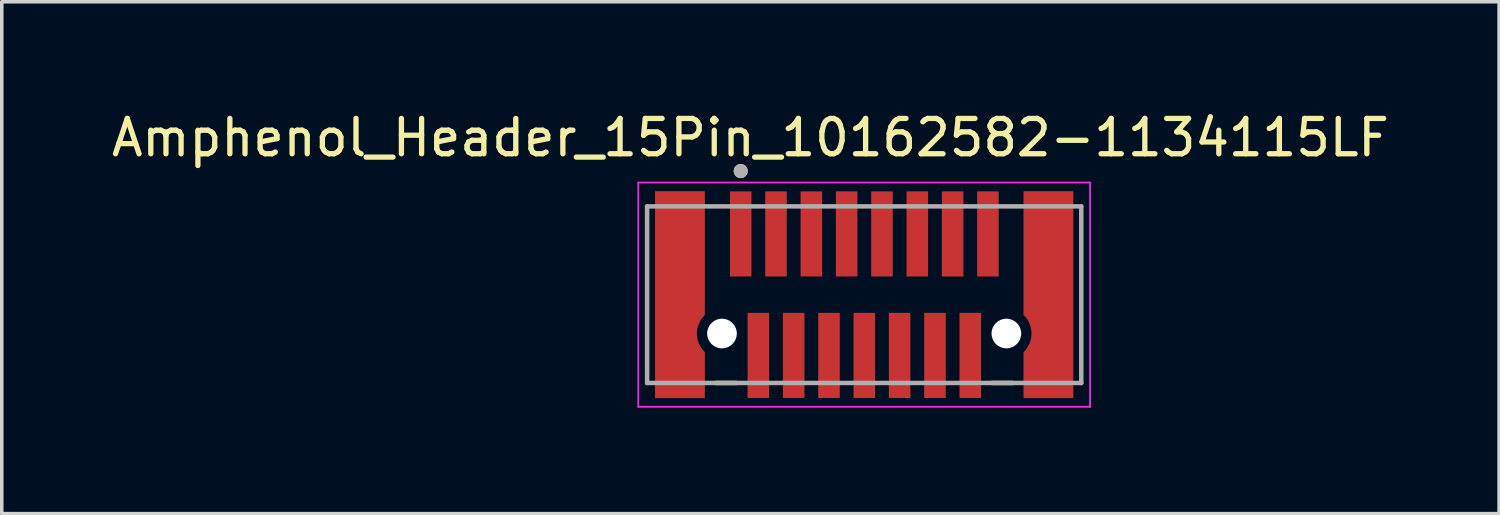
<source format=kicad_pcb>
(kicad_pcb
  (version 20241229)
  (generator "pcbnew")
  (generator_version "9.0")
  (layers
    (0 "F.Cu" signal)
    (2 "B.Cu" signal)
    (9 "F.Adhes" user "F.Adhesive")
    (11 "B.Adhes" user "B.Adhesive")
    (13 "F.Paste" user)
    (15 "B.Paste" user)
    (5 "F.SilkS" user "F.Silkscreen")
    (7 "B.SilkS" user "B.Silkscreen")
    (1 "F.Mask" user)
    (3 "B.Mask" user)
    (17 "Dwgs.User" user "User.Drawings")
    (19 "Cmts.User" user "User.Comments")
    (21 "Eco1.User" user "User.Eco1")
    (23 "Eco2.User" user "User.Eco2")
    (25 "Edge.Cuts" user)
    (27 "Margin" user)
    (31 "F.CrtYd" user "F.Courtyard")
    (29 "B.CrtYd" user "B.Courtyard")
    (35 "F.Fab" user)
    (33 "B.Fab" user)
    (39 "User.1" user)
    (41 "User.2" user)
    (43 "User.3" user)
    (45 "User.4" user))
  (footprint "Amphenol_Header_15Pin_10162582-1134115LF"
    (layer "F.Cu")
    (at 21.421 5.293)
    (property "Reference" "Amphenol_Header_15Pin_10162582-1134115LF" (at -3.225 -4.445 0) (layer "F.SilkS") (effects (font (size 1 1) (thickness 0.15))))
    (attr smd)
    (fp_poly (pts (xy -6.02 -3.025) (xy -6.02 3.025) (xy -4.42 3.025) (xy -4.42 1.529) (xy -4.44 1.508) (xy -4.46 1.483) (xy -4.479 1.458) (xy -4.496 1.431) (xy -4.513 1.404) (xy -4.527 1.376) (xy -4.541 1.347) (xy -4.553 1.318) (xy -4.563 1.288) (xy -4.572 1.257) (xy -4.579 1.227) (xy -4.585 1.195) (xy -4.589 1.164) (xy -4.591 1.132) (xy -4.592 1.101) (xy -4.591 1.069) (xy -4.589 1.037) (xy -4.585 1.006) (xy -4.579 0.974) (xy -4.572 0.944) (xy -4.563 0.913) (xy -4.553 0.883) (xy -4.541 0.854) (xy -4.527 0.825) (xy -4.513 0.797) (xy -4.496 0.77) (xy -4.479 0.743) (xy -4.46 0.718) (xy -4.44 0.693) (xy -4.42 0.672) (xy -4.42 -3.025) (xy -6.02 -3.025)) (stroke (width 0.01) (type solid)) (fill yes) (layer "F.Mask"))
    (fp_poly (pts (xy 4.412 1.529) (xy 4.412 3.025) (xy 6.012 3.025) (xy 6.012 -3.025) (xy 4.412 -3.025) (xy 4.412 0.672) (xy 4.432 0.693) (xy 4.452 0.718) (xy 4.471 0.743) (xy 4.488 0.77) (xy 4.505 0.797) (xy 4.519 0.825) (xy 4.533 0.854) (xy 4.545 0.883) (xy 4.555 0.913) (xy 4.564 0.944) (xy 4.571 0.974) (xy 4.577 1.006) (xy 4.581 1.037) (xy 4.583 1.069) (xy 4.584 1.101) (xy 4.583 1.132) (xy 4.581 1.164) (xy 4.577 1.195) (xy 4.571 1.227) (xy 4.564 1.257) (xy 4.555 1.288) (xy 4.545 1.318) (xy 4.533 1.347) (xy 4.519 1.376) (xy 4.505 1.404) (xy 4.488 1.431) (xy 4.471 1.458) (xy 4.452 1.483) (xy 4.432 1.508) (xy 4.412 1.529)) (stroke (width 0.01) (type solid)) (fill yes) (layer "F.Mask"))
    (fp_line (start -4.2 2.5) (end -3.625 2.5) (stroke (width 0.127) (type solid)) (layer "F.SilkS"))
    (fp_line (start 3.617 2.5) (end 4.192 2.5) (stroke (width 0.127) (type solid)) (layer "F.SilkS"))
    (fp_circle (center -3.5 -3.5) (end -3.4 -3.5) (stroke (width 0.2) (type solid)) (fill no) (layer "F.SilkS"))
    (fp_poly (pts (xy -5.92 -2.925) (xy -5.03 -2.925) (xy -5.03 2.925) (xy -5.92 2.925)) (stroke (width 0.01) (type solid)) (fill yes) (layer "F.Paste"))
    (fp_poly (pts (xy -3.755 -2.925) (xy -3.245 -2.925) (xy -3.245 -0.615) (xy -3.755 -0.615)) (stroke (width 0.01) (type solid)) (fill yes) (layer "F.Paste"))
    (fp_poly (pts (xy -3.255 0.615) (xy -2.745 0.615) (xy -2.745 2.925) (xy -3.255 2.925)) (stroke (width 0.01) (type solid)) (fill yes) (layer "F.Paste"))
    (fp_poly (pts (xy -2.755 -2.925) (xy -2.245 -2.925) (xy -2.245 -0.615) (xy -2.755 -0.615)) (stroke (width 0.01) (type solid)) (fill yes) (layer "F.Paste"))
    (fp_poly (pts (xy -2.255 0.615) (xy -1.745 0.615) (xy -1.745 2.925) (xy -2.255 2.925)) (stroke (width 0.01) (type solid)) (fill yes) (layer "F.Paste"))
    (fp_poly (pts (xy -1.755 -2.925) (xy -1.245 -2.925) (xy -1.245 -0.615) (xy -1.755 -0.615)) (stroke (width 0.01) (type solid)) (fill yes) (layer "F.Paste"))
    (fp_poly (pts (xy -1.255 0.615) (xy -0.745 0.615) (xy -0.745 2.925) (xy -1.255 2.925)) (stroke (width 0.01) (type solid)) (fill yes) (layer "F.Paste"))
    (fp_poly (pts (xy -0.755 -2.925) (xy -0.245 -2.925) (xy -0.245 -0.615) (xy -0.755 -0.615)) (stroke (width 0.01) (type solid)) (fill yes) (layer "F.Paste"))
    (fp_poly (pts (xy -0.255 0.615) (xy 0.255 0.615) (xy 0.255 2.925) (xy -0.255 2.925)) (stroke (width 0.01) (type solid)) (fill yes) (layer "F.Paste"))
    (fp_poly (pts (xy 0.245 -2.925) (xy 0.755 -2.925) (xy 0.755 -0.615) (xy 0.245 -0.615)) (stroke (width 0.01) (type solid)) (fill yes) (layer "F.Paste"))
    (fp_poly (pts (xy 0.745 0.615) (xy 1.255 0.615) (xy 1.255 2.925) (xy 0.745 2.925)) (stroke (width 0.01) (type solid)) (fill yes) (layer "F.Paste"))
    (fp_poly (pts (xy 1.245 -2.925) (xy 1.755 -2.925) (xy 1.755 -0.615) (xy 1.245 -0.615)) (stroke (width 0.01) (type solid)) (fill yes) (layer "F.Paste"))
    (fp_poly (pts (xy 1.745 0.615) (xy 2.255 0.615) (xy 2.255 2.925) (xy 1.745 2.925)) (stroke (width 0.01) (type solid)) (fill yes) (layer "F.Paste"))
    (fp_poly (pts (xy 2.245 -2.925) (xy 2.755 -2.925) (xy 2.755 -0.615) (xy 2.245 -0.615)) (stroke (width 0.01) (type solid)) (fill yes) (layer "F.Paste"))
    (fp_poly (pts (xy 2.745 0.615) (xy 3.255 0.615) (xy 3.255 2.925) (xy 2.745 2.925)) (stroke (width 0.01) (type solid)) (fill yes) (layer "F.Paste"))
    (fp_poly (pts (xy 3.245 -2.925) (xy 3.755 -2.925) (xy 3.755 -0.615) (xy 3.245 -0.615)) (stroke (width 0.01) (type solid)) (fill yes) (layer "F.Paste"))
    (fp_poly (pts (xy 5.022 -2.925) (xy 5.912 -2.925) (xy 5.912 2.925) (xy 5.022 2.925)) (stroke (width 0.01) (type solid)) (fill yes) (layer "F.Paste"))
    (fp_line (start -6.4 -3.175) (end -6.4 3.175) (stroke (width 0.05) (type solid)) (layer "F.CrtYd"))
    (fp_line (start -6.4 3.175) (end 6.392 3.175) (stroke (width 0.05) (type solid)) (layer "F.CrtYd"))
    (fp_line (start 6.392 -3.175) (end -6.4 -3.175) (stroke (width 0.05) (type solid)) (layer "F.CrtYd"))
    (fp_line (start 6.392 3.175) (end 6.392 -3.175) (stroke (width 0.05) (type solid)) (layer "F.CrtYd"))
    (fp_line (start -6.15 -2.5) (end 6.142 -2.5) (stroke (width 0.127) (type solid)) (layer "F.Fab"))
    (fp_line (start -6.15 2.5) (end -6.15 -2.5) (stroke (width 0.127) (type solid)) (layer "F.Fab"))
    (fp_line (start 6.142 -2.5) (end 6.142 2.5) (stroke (width 0.127) (type solid)) (layer "F.Fab"))
    (fp_line (start 6.142 2.5) (end -6.15 2.5) (stroke (width 0.127) (type solid)) (layer "F.Fab"))
    (fp_circle (center -3.5 -3.5) (end -3.4 -3.5) (stroke (width 0.2) (type solid)) (fill no) (layer "F.Fab"))
    (pad "" np_thru_hole circle (at -4.03 1.1) (size 0.84 0.84) (drill 0.84) (layers "*.Cu" "*.Mask"))
    (pad "" np_thru_hole circle (at 4.022 1.1) (size 0.84 0.84) (drill 0.84) (layers "*.Cu" "*.Mask"))
    (pad "1" smd rect (at -3.5 -1.72) (size 0.61 2.41) (layers "F.Cu" "F.Mask"))
    (pad "2" smd rect (at -2.5 -1.72) (size 0.61 2.41) (layers "F.Cu" "F.Mask"))
    (pad "3" smd rect (at -1.5 -1.72) (size 0.61 2.41) (layers "F.Cu" "F.Mask"))
    (pad "4" smd rect (at -0.5 -1.72) (size 0.61 2.41) (layers "F.Cu" "F.Mask"))
    (pad "5" smd rect (at 0.5 -1.72) (size 0.61 2.41) (layers "F.Cu" "F.Mask"))
    (pad "6" smd rect (at 1.5 -1.72) (size 0.61 2.41) (layers "F.Cu" "F.Mask"))
    (pad "7" smd rect (at 2.5 -1.72) (size 0.61 2.41) (layers "F.Cu" "F.Mask"))
    (pad "8" smd rect (at 3.5 -1.72) (size 0.61 2.41) (layers "F.Cu" "F.Mask"))
    (pad "9" smd rect (at -3 1.72) (size 0.61 2.41) (layers "F.Cu" "F.Mask"))
    (pad "10" smd rect (at -2 1.72) (size 0.61 2.41) (layers "F.Cu" "F.Mask"))
    (pad "11" smd rect (at -1 1.72) (size 0.61 2.41) (layers "F.Cu" "F.Mask"))
    (pad "12" smd rect (at 0 1.72) (size 0.61 2.41) (layers "F.Cu" "F.Mask"))
    (pad "13" smd rect (at 1 1.72) (size 0.61 2.41) (layers "F.Cu" "F.Mask"))
    (pad "14" smd rect (at 2 1.72) (size 0.61 2.41) (layers "F.Cu" "F.Mask"))
    (pad "15" smd rect (at 3 1.72) (size 0.61 2.41) (layers "F.Cu" "F.Mask"))
    (pad "S1" smd custom (at -5.22 0) (size 0.8 0.8) (layers "F.Cu") (options (anchor rect)) (primitives (gr_poly (pts (xy 0.7 2.925) (xy -0.7 2.925) (xy -0.7 -2.925) (xy 0.7 -2.925) (xy 0.7 0.572) (xy 0.67 0.602) (xy 0.644 0.632) (xy 0.62 0.662) (xy 0.597 0.694) (xy 0.577 0.727) (xy 0.558 0.762) (xy 0.54 0.797) (xy 0.525 0.833) (xy 0.512 0.87) (xy 0.5 0.907) (xy 0.491 0.945) (xy 0.484 0.984) (xy 0.478 1.022) (xy 0.475 1.061) (xy 0.474 1.101) (xy 0.475 1.14) (xy 0.478 1.179) (xy 0.484 1.217) (xy 0.491 1.256) (xy 0.5 1.294) (xy 0.512 1.331) (xy 0.525 1.368) (xy 0.54 1.404) (xy 0.558 1.439) (xy 0.577 1.474) (xy 0.597 1.507) (xy 0.62 1.539) (xy 0.644 1.569) (xy 0.67 1.599) (xy 0.7 1.629) (xy 0.7 2.925)) (width 0.01) (fill yes))))
    (pad "S2" smd custom (at 5.212 0) (size 0.8 0.8) (layers "F.Cu") (options (anchor rect)) (primitives (gr_poly (pts (xy 0.7 2.925) (xy -0.7 2.925) (xy -0.7 1.629) (xy -0.67 1.599) (xy -0.644 1.569) (xy -0.62 1.539) (xy -0.597 1.507) (xy -0.577 1.474) (xy -0.558 1.439) (xy -0.54 1.404) (xy -0.525 1.368) (xy -0.512 1.331) (xy -0.5 1.294) (xy -0.491 1.256) (xy -0.484 1.217) (xy -0.478 1.179) (xy -0.475 1.14) (xy -0.474 1.101) (xy -0.475 1.061) (xy -0.478 1.022) (xy -0.484 0.984) (xy -0.491 0.945) (xy -0.5 0.907) (xy -0.512 0.87) (xy -0.525 0.833) (xy -0.54 0.797) (xy -0.558 0.762) (xy -0.577 0.727) (xy -0.597 0.694) (xy -0.62 0.662) (xy -0.644 0.632) (xy -0.67 0.602) (xy -0.7 0.572) (xy -0.7 -2.925) (xy 0.7 -2.925) (xy 0.7 2.925)) (width 0.01) (fill yes)))))
  (gr_rect
    (start -3 -3)
    (end 39.393 11.493)
    (stroke (width 0.1) (type default))
    (fill no)
    (layer "Edge.Cuts")))
</source>
